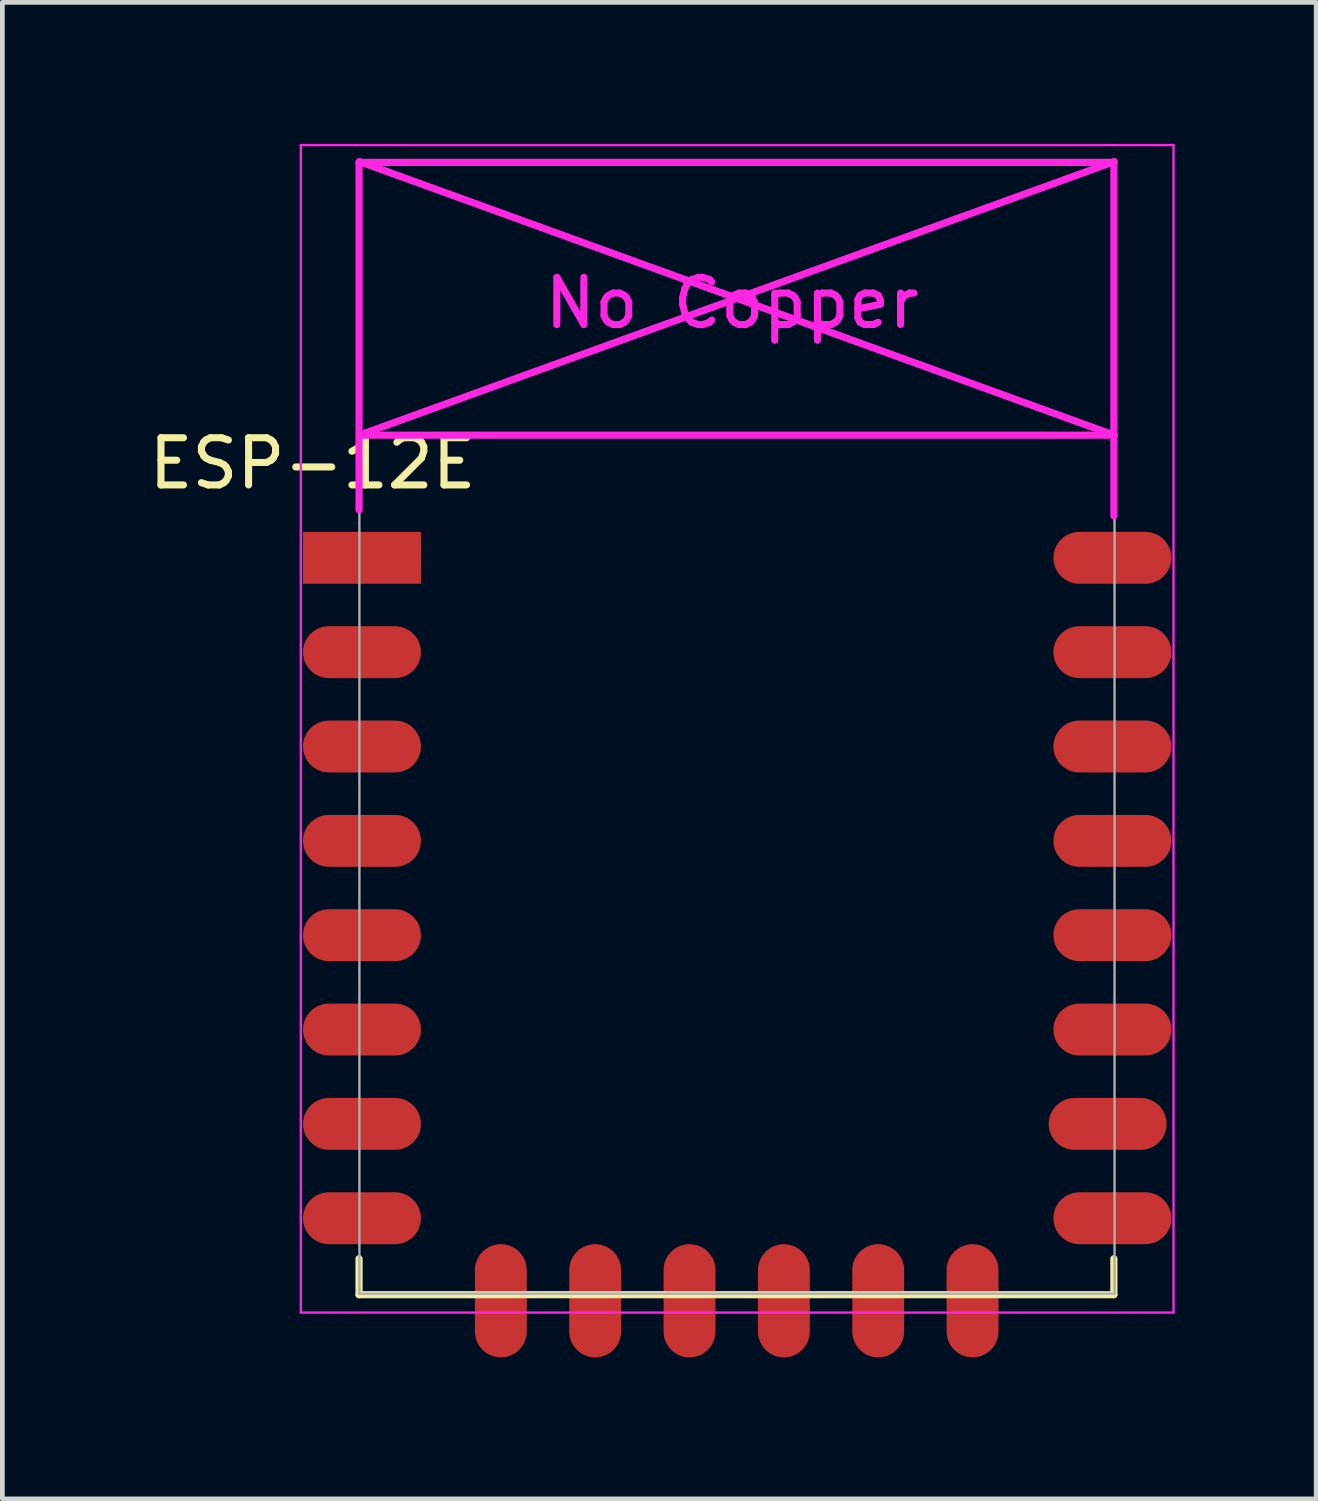
<source format=kicad_pcb>
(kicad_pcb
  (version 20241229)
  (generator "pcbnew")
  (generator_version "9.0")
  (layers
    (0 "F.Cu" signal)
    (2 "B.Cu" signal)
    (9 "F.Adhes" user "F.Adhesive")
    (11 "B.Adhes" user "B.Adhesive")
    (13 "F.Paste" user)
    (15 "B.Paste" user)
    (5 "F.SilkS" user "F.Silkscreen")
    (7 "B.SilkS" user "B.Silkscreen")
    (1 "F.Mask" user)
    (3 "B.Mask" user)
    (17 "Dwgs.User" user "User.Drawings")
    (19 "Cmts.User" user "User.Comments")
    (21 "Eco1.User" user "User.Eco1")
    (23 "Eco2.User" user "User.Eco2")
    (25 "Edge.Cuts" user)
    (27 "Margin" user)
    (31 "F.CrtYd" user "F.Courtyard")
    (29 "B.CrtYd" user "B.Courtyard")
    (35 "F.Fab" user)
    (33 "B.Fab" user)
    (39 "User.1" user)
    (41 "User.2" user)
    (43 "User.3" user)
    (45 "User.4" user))
  (footprint "ESP-12E"
    (layer "F.Cu")
    (at 5.577 8.775)
    (property "Reference" "ESP-12E" (at -2 -2 0) (layer "F.SilkS") (effects (font (size 1 1) (thickness 0.15))))
    (attr through_hole)
    (fp_line (start -1.016 14.859) (end -1.016 15.621) (stroke (width 0.152) (type solid)) (layer "F.SilkS"))
    (fp_line (start -1.016 15.621) (end 14.986 15.621) (stroke (width 0.152) (type solid)) (layer "F.SilkS"))
    (fp_line (start 14.986 15.621) (end 14.986 14.859) (stroke (width 0.152) (type solid)) (layer "F.SilkS"))
    (fp_line (start -2.25 -8.75) (end 15.25 -8.75) (stroke (width 0.05) (type solid)) (layer "F.CrtYd"))
    (fp_line (start -2.25 -0.5) (end -2.25 -8.75) (stroke (width 0.05) (type solid)) (layer "F.CrtYd"))
    (fp_line (start -2.25 16) (end -2.25 -0.5) (stroke (width 0.05) (type solid)) (layer "F.CrtYd"))
    (fp_line (start -1.016 -8.382) (end -1.016 -1.016) (stroke (width 0.152) (type solid)) (layer "F.CrtYd"))
    (fp_line (start -1.016 -8.382) (end 14.986 -8.382) (stroke (width 0.152) (type solid)) (layer "F.CrtYd"))
    (fp_line (start -1.008 -8.4) (end 14.992 -2.6) (stroke (width 0.152) (type solid)) (layer "F.CrtYd"))
    (fp_line (start -1.008 -2.6) (end 14.992 -2.6) (stroke (width 0.152) (type solid)) (layer "F.CrtYd"))
    (fp_line (start 14.986 -8.382) (end 14.986 -0.889) (stroke (width 0.152) (type solid)) (layer "F.CrtYd"))
    (fp_line (start 14.992 -8.4) (end -1.008 -2.6) (stroke (width 0.152) (type solid)) (layer "F.CrtYd"))
    (fp_line (start 15.25 -8.75) (end 16.25 -8.75) (stroke (width 0.05) (type solid)) (layer "F.CrtYd"))
    (fp_line (start 16.25 -8.75) (end 16.25 16) (stroke (width 0.05) (type solid)) (layer "F.CrtYd"))
    (fp_line (start 16.25 16) (end -2.25 16) (stroke (width 0.05) (type solid)) (layer "F.CrtYd"))
    (fp_line (start -1.008 -8.4) (end 14.992 -8.4) (stroke (width 0.05) (type solid)) (layer "F.Fab"))
    (fp_line (start -1.008 15.6) (end -1.008 -8.4) (stroke (width 0.05) (type solid)) (layer "F.Fab"))
    (fp_line (start 14.992 15.6) (end -1.008 15.6) (stroke (width 0.05) (type solid)) (layer "F.Fab"))
    (fp_line (start 15 -8.4) (end 15 15.6) (stroke (width 0.05) (type solid)) (layer "F.Fab"))
    (fp_text user "No Copper" (at 6.892 -5.4 0) (layer "F.CrtYd") (effects (font (size 1 1) (thickness 0.15))))
    (pad "1" smd rect (at -0.254 0) (size 2.5 1.1) (drill (offset -0.7 0)) (layers "F.Cu" "F.Mask" "F.Paste"))
    (pad "2" smd oval (at -0.254 2) (size 2.5 1.1) (drill (offset -0.7 0)) (layers "F.Cu" "F.Mask" "F.Paste"))
    (pad "3" smd oval (at -0.254 4) (size 2.5 1.1) (drill (offset -0.7 0)) (layers "F.Cu" "F.Mask" "F.Paste"))
    (pad "4" smd oval (at -0.254 6) (size 2.5 1.1) (drill (offset -0.7 0)) (layers "F.Cu" "F.Mask" "F.Paste"))
    (pad "5" smd oval (at -0.254 8) (size 2.5 1.1) (drill (offset -0.7 0)) (layers "F.Cu" "F.Mask" "F.Paste"))
    (pad "6" smd oval (at -0.254 10) (size 2.5 1.1) (drill (offset -0.7 0)) (layers "F.Cu" "F.Mask" "F.Paste"))
    (pad "7" smd oval (at -0.254 12) (size 2.5 1.1) (drill (offset -0.7 0)) (layers "F.Cu" "F.Mask" "F.Paste"))
    (pad "8" smd oval (at -0.254 14) (size 2.5 1.1) (drill (offset -0.7 0)) (layers "F.Cu" "F.Mask" "F.Paste"))
    (pad "9" smd oval (at 1.99 15.75 90) (size 2.4 1.1) (layers "F.Cu" "F.Mask" "F.Paste"))
    (pad "10" smd oval (at 3.99 15.75 90) (size 2.4 1.1) (layers "F.Cu" "F.Mask" "F.Paste"))
    (pad "11" smd oval (at 5.99 15.75 90) (size 2.4 1.1) (layers "F.Cu" "F.Mask" "F.Paste"))
    (pad "12" smd oval (at 7.99 15.75 90) (size 2.4 1.1) (layers "F.Cu" "F.Mask" "F.Paste"))
    (pad "13" smd oval (at 9.99 15.75 90) (size 2.4 1.1) (layers "F.Cu" "F.Mask" "F.Paste"))
    (pad "14" smd oval (at 11.99 15.75 90) (size 2.4 1.1) (layers "F.Cu" "F.Mask" "F.Paste"))
    (pad "15" smd oval (at 14.254 14) (size 2.5 1.1) (drill (offset 0.7 0)) (layers "F.Cu" "F.Mask" "F.Paste"))
    (pad "16" smd oval (at 14.254 12) (size 2.5 1.1) (drill (offset 0.6 0)) (layers "F.Cu" "F.Mask" "F.Paste"))
    (pad "17" smd oval (at 14.254 10) (size 2.5 1.1) (drill (offset 0.7 0)) (layers "F.Cu" "F.Mask" "F.Paste"))
    (pad "18" smd oval (at 14.254 8) (size 2.5 1.1) (drill (offset 0.7 0)) (layers "F.Cu" "F.Mask" "F.Paste"))
    (pad "19" smd oval (at 14.254 6) (size 2.5 1.1) (drill (offset 0.7 0)) (layers "F.Cu" "F.Mask" "F.Paste"))
    (pad "20" smd oval (at 14.254 4) (size 2.5 1.1) (drill (offset 0.7 0)) (layers "F.Cu" "F.Mask" "F.Paste"))
    (pad "21" smd oval (at 14.254 2) (size 2.5 1.1) (drill (offset 0.7 0)) (layers "F.Cu" "F.Mask" "F.Paste"))
    (pad "22" smd oval (at 14.254 0) (size 2.5 1.1) (drill (offset 0.7 0)) (layers "F.Cu" "F.Mask" "F.Paste")))
  (gr_rect
    (start -3 -3)
    (end 24.852 28.725)
    (stroke (width 0.1) (type default))
    (fill no)
    (layer "Edge.Cuts")))
</source>
